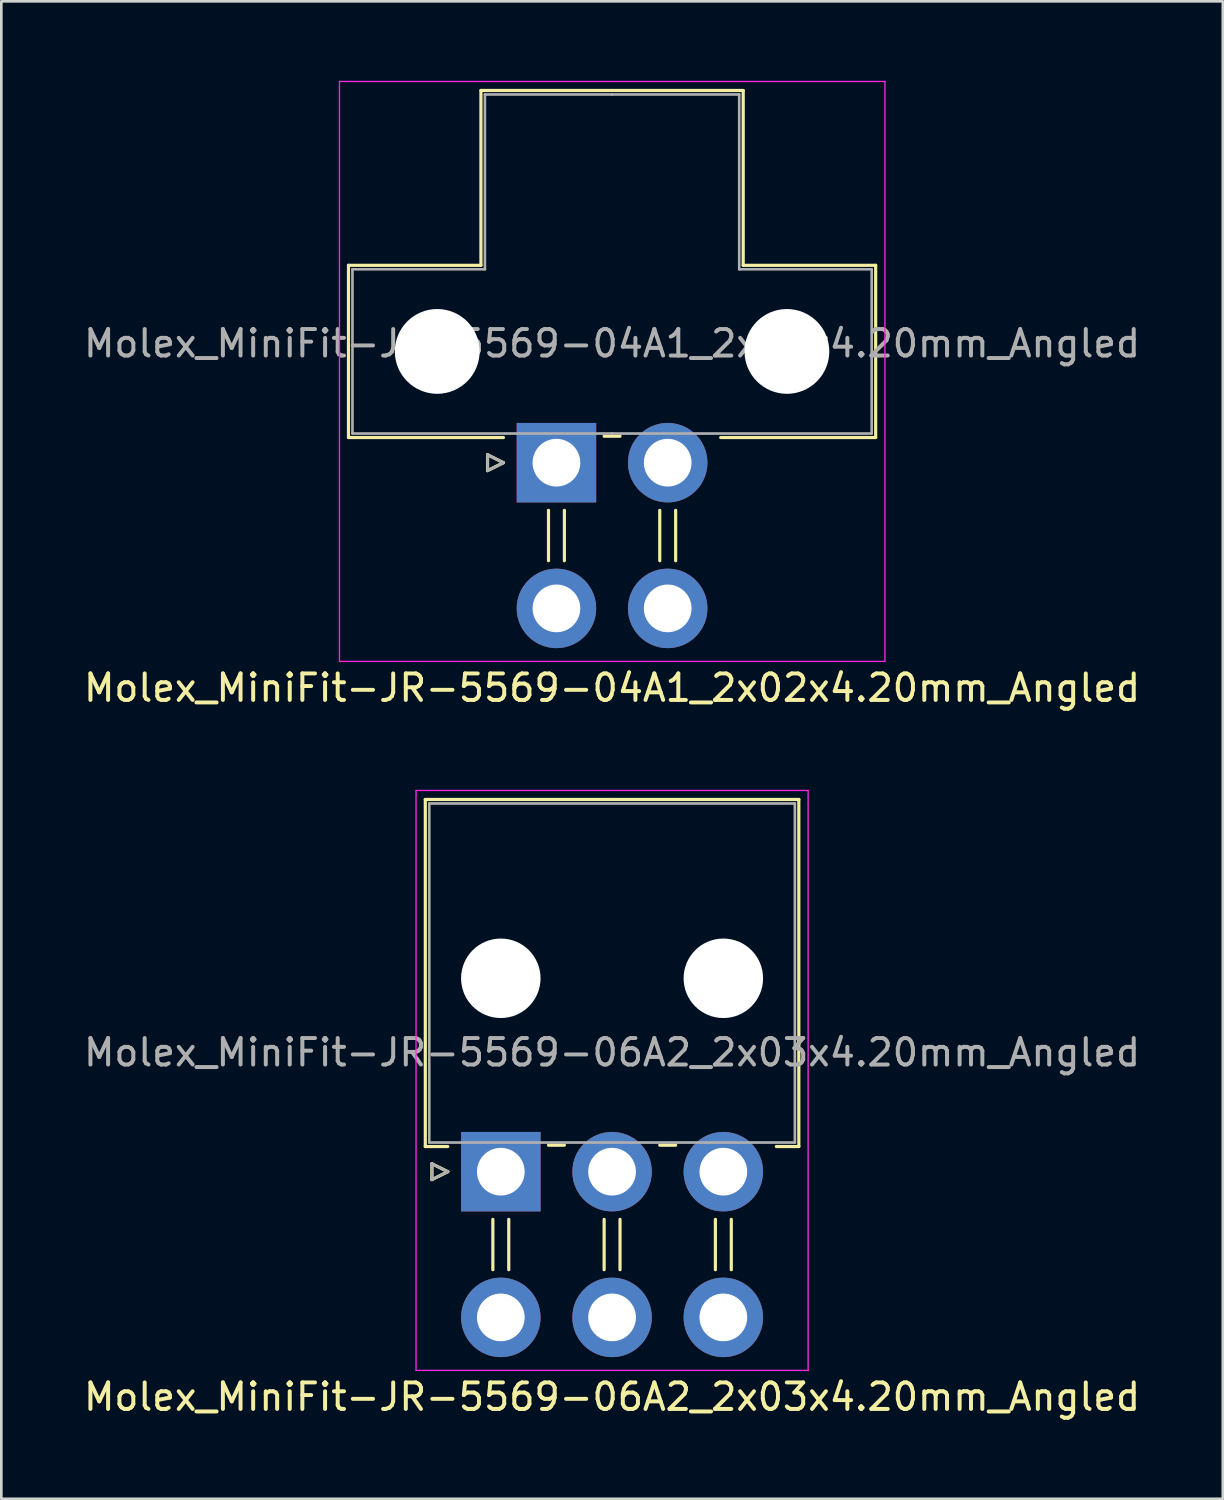
<source format=kicad_pcb>
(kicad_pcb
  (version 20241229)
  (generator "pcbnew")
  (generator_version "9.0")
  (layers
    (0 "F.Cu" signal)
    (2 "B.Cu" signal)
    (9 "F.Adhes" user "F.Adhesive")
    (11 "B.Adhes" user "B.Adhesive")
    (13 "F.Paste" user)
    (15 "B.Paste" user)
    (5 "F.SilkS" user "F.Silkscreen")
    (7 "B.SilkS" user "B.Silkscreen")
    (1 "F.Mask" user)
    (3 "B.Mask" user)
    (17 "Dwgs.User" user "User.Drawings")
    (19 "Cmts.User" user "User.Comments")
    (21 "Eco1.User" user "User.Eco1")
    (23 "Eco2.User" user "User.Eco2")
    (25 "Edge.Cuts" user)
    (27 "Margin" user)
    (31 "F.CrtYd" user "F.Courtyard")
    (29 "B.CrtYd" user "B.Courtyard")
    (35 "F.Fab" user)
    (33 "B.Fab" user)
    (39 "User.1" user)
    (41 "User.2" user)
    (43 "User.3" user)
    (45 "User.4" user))
  (footprint "Molex_MiniFit-JR-5569-04A1_2x02x4.20mm_Angled"
    (layer "F.Cu")
    (at 17.954 14.415)
    (property "Reference" "Molex_MiniFit-JR-5569-04A1_2x02x4.20mm_Angled" (at 2.1 8.5 0) (layer "F.SilkS") (effects (font (size 1 1) (thickness 0.15))))
    (attr through_hole)
    (fp_line (start -7.85 -7.45) (end -7.85 -0.95) (stroke (width 0.12) (type solid)) (layer "F.SilkS"))
    (fp_line (start -7.85 -0.95) (end -2 -0.95) (stroke (width 0.12) (type solid)) (layer "F.SilkS"))
    (fp_line (start -2.85 -14.05) (end -2.85 -7.45) (stroke (width 0.12) (type solid)) (layer "F.SilkS"))
    (fp_line (start -2.85 -7.45) (end -7.85 -7.45) (stroke (width 0.12) (type solid)) (layer "F.SilkS"))
    (fp_line (start -2.6 -0.3) (end -2 0) (stroke (width 0.12) (type solid)) (layer "F.SilkS"))
    (fp_line (start -2.6 0.3) (end -2.6 -0.3) (stroke (width 0.12) (type solid)) (layer "F.SilkS"))
    (fp_line (start -2 0) (end -2.6 0.3) (stroke (width 0.12) (type solid)) (layer "F.SilkS"))
    (fp_line (start -0.3 1.8) (end -0.3 3.7) (stroke (width 0.12) (type solid)) (layer "F.SilkS"))
    (fp_line (start 0.3 1.8) (end 0.3 3.7) (stroke (width 0.12) (type solid)) (layer "F.SilkS"))
    (fp_line (start 1.8 -1) (end 2.4 -1) (stroke (width 0.12) (type solid)) (layer "F.SilkS"))
    (fp_line (start 2.1 -14.05) (end -2.85 -14.05) (stroke (width 0.12) (type solid)) (layer "F.SilkS"))
    (fp_line (start 2.1 -14.05) (end 7.05 -14.05) (stroke (width 0.12) (type solid)) (layer "F.SilkS"))
    (fp_line (start 3.9 1.8) (end 3.9 3.7) (stroke (width 0.12) (type solid)) (layer "F.SilkS"))
    (fp_line (start 4.5 1.8) (end 4.5 3.7) (stroke (width 0.12) (type solid)) (layer "F.SilkS"))
    (fp_line (start 7.05 -14.05) (end 7.05 -7.45) (stroke (width 0.12) (type solid)) (layer "F.SilkS"))
    (fp_line (start 7.05 -7.45) (end 12.05 -7.45) (stroke (width 0.12) (type solid)) (layer "F.SilkS"))
    (fp_line (start 12.05 -7.45) (end 12.05 -0.95) (stroke (width 0.12) (type solid)) (layer "F.SilkS"))
    (fp_line (start 12.05 -0.95) (end 6.2 -0.95) (stroke (width 0.12) (type solid)) (layer "F.SilkS"))
    (fp_line (start -8.19 -14.39) (end -8.19 7.5) (stroke (width 0.05) (type solid)) (layer "F.CrtYd"))
    (fp_line (start -8.19 7.5) (end 12.4 7.5) (stroke (width 0.05) (type solid)) (layer "F.CrtYd"))
    (fp_line (start 12.4 -14.39) (end -8.19 -14.39) (stroke (width 0.05) (type solid)) (layer "F.CrtYd"))
    (fp_line (start 12.4 7.5) (end 12.4 -14.39) (stroke (width 0.05) (type solid)) (layer "F.CrtYd"))
    (fp_line (start -7.7 -7.3) (end -7.7 -1.1) (stroke (width 0.1) (type solid)) (layer "F.Fab"))
    (fp_line (start -7.7 -1.1) (end 2.1 -1.1) (stroke (width 0.1) (type solid)) (layer "F.Fab"))
    (fp_line (start -2.7 -13.9) (end -2.7 -7.3) (stroke (width 0.1) (type solid)) (layer "F.Fab"))
    (fp_line (start -2.7 -7.3) (end -7.7 -7.3) (stroke (width 0.1) (type solid)) (layer "F.Fab"))
    (fp_line (start -2.6 -0.3) (end -2 0) (stroke (width 0.1) (type solid)) (layer "F.Fab"))
    (fp_line (start -2.6 0.3) (end -2.6 -0.3) (stroke (width 0.1) (type solid)) (layer "F.Fab"))
    (fp_line (start -2 0) (end -2.6 0.3) (stroke (width 0.1) (type solid)) (layer "F.Fab"))
    (fp_line (start 2.1 -13.9) (end -2.7 -13.9) (stroke (width 0.1) (type solid)) (layer "F.Fab"))
    (fp_line (start 2.1 -13.9) (end 6.9 -13.9) (stroke (width 0.1) (type solid)) (layer "F.Fab"))
    (fp_line (start 6.9 -13.9) (end 6.9 -7.3) (stroke (width 0.1) (type solid)) (layer "F.Fab"))
    (fp_line (start 6.9 -7.3) (end 11.9 -7.3) (stroke (width 0.1) (type solid)) (layer "F.Fab"))
    (fp_line (start 11.9 -7.3) (end 11.9 -1.1) (stroke (width 0.1) (type solid)) (layer "F.Fab"))
    (fp_line (start 11.9 -1.1) (end 2.1 -1.1) (stroke (width 0.1) (type solid)) (layer "F.Fab"))
    (fp_text user "${REFERENCE}" (at 2.1 -4.5 0) (layer "F.Fab") (effects (font (size 1 1) (thickness 0.15))))
    (pad "" np_thru_hole circle (at -4.5 -4.2) (size 3.2 3.2) (drill 3.2) (layers "*.Cu" "*.Mask"))
    (pad "" np_thru_hole circle (at 8.7 -4.2) (size 3.2 3.2) (drill 3.2) (layers "*.Cu" "*.Mask"))
    (pad "1" thru_hole rect (at 0 0) (size 3 3) (drill 1.8) (layers "*.Cu" "*.Mask"))
    (pad "2" thru_hole circle (at 4.2 0) (size 3 3) (drill 1.8) (layers "*.Cu" "*.Mask"))
    (pad "3" thru_hole circle (at 0 5.5) (size 3 3) (drill 1.8) (layers "*.Cu" "*.Mask"))
    (pad "4" thru_hole circle (at 4.2 5.5) (size 3 3) (drill 1.8) (layers "*.Cu" "*.Mask")))
  (footprint "Molex_MiniFit-JR-5569-06A2_2x03x4.20mm_Angled"
    (layer "F.Cu")
    (at 15.854 41.178)
    (property "Reference" "Molex_MiniFit-JR-5569-06A2_2x03x4.20mm_Angled" (at 4.2 8.5 0) (layer "F.SilkS") (effects (font (size 1 1) (thickness 0.15))))
    (attr through_hole)
    (fp_line (start -2.85 -14.05) (end 4.2 -14.05) (stroke (width 0.12) (type solid)) (layer "F.SilkS"))
    (fp_line (start -2.85 -0.95) (end -2.85 -14.05) (stroke (width 0.12) (type solid)) (layer "F.SilkS"))
    (fp_line (start -2.6 -0.3) (end -2 0) (stroke (width 0.12) (type solid)) (layer "F.SilkS"))
    (fp_line (start -2.6 0.3) (end -2.6 -0.3) (stroke (width 0.12) (type solid)) (layer "F.SilkS"))
    (fp_line (start -2 -0.95) (end -2.85 -0.95) (stroke (width 0.12) (type solid)) (layer "F.SilkS"))
    (fp_line (start -2 0) (end -2.6 0.3) (stroke (width 0.12) (type solid)) (layer "F.SilkS"))
    (fp_line (start -0.3 1.8) (end -0.3 3.7) (stroke (width 0.12) (type solid)) (layer "F.SilkS"))
    (fp_line (start 0.3 1.8) (end 0.3 3.7) (stroke (width 0.12) (type solid)) (layer "F.SilkS"))
    (fp_line (start 1.8 -1) (end 2.4 -1) (stroke (width 0.12) (type solid)) (layer "F.SilkS"))
    (fp_line (start 3.9 1.8) (end 3.9 3.7) (stroke (width 0.12) (type solid)) (layer "F.SilkS"))
    (fp_line (start 4.5 1.8) (end 4.5 3.7) (stroke (width 0.12) (type solid)) (layer "F.SilkS"))
    (fp_line (start 6 -1) (end 6.6 -1) (stroke (width 0.12) (type solid)) (layer "F.SilkS"))
    (fp_line (start 8.1 1.8) (end 8.1 3.7) (stroke (width 0.12) (type solid)) (layer "F.SilkS"))
    (fp_line (start 8.7 1.8) (end 8.7 3.7) (stroke (width 0.12) (type solid)) (layer "F.SilkS"))
    (fp_line (start 10.4 -0.95) (end 11.25 -0.95) (stroke (width 0.12) (type solid)) (layer "F.SilkS"))
    (fp_line (start 11.25 -14.05) (end 4.2 -14.05) (stroke (width 0.12) (type solid)) (layer "F.SilkS"))
    (fp_line (start 11.25 -0.95) (end 11.25 -14.05) (stroke (width 0.12) (type solid)) (layer "F.SilkS"))
    (fp_line (start -3.2 -14.39) (end -3.2 7.5) (stroke (width 0.05) (type solid)) (layer "F.CrtYd"))
    (fp_line (start -3.2 7.5) (end 11.6 7.5) (stroke (width 0.05) (type solid)) (layer "F.CrtYd"))
    (fp_line (start 11.6 -14.39) (end -3.2 -14.39) (stroke (width 0.05) (type solid)) (layer "F.CrtYd"))
    (fp_line (start 11.6 7.5) (end 11.6 -14.39) (stroke (width 0.05) (type solid)) (layer "F.CrtYd"))
    (fp_line (start -2.7 -13.9) (end -2.7 -1.1) (stroke (width 0.1) (type solid)) (layer "F.Fab"))
    (fp_line (start -2.7 -1.1) (end 11.1 -1.1) (stroke (width 0.1) (type solid)) (layer "F.Fab"))
    (fp_line (start -2.6 -0.3) (end -2 0) (stroke (width 0.1) (type solid)) (layer "F.Fab"))
    (fp_line (start -2.6 0.3) (end -2.6 -0.3) (stroke (width 0.1) (type solid)) (layer "F.Fab"))
    (fp_line (start -2 0) (end -2.6 0.3) (stroke (width 0.1) (type solid)) (layer "F.Fab"))
    (fp_line (start 11.1 -13.9) (end -2.7 -13.9) (stroke (width 0.1) (type solid)) (layer "F.Fab"))
    (fp_line (start 11.1 -1.1) (end 11.1 -13.9) (stroke (width 0.1) (type solid)) (layer "F.Fab"))
    (fp_text user "${REFERENCE}" (at 4.2 -4.5 0) (layer "F.Fab") (effects (font (size 1 1) (thickness 0.15))))
    (pad "" np_thru_hole circle (at 0 -7.3) (size 3 3) (drill 3) (layers "*.Cu" "*.Mask"))
    (pad "" np_thru_hole circle (at 8.4 -7.3) (size 3 3) (drill 3) (layers "*.Cu" "*.Mask"))
    (pad "1" thru_hole rect (at 0 0) (size 3 3) (drill 1.8) (layers "*.Cu" "*.Mask"))
    (pad "2" thru_hole circle (at 4.2 0) (size 3 3) (drill 1.8) (layers "*.Cu" "*.Mask"))
    (pad "3" thru_hole circle (at 8.4 0) (size 3 3) (drill 1.8) (layers "*.Cu" "*.Mask"))
    (pad "4" thru_hole circle (at 0 5.5) (size 3 3) (drill 1.8) (layers "*.Cu" "*.Mask"))
    (pad "5" thru_hole circle (at 4.2 5.5) (size 3 3) (drill 1.8) (layers "*.Cu" "*.Mask"))
    (pad "6" thru_hole circle (at 8.4 5.5) (size 3 3) (drill 1.8) (layers "*.Cu" "*.Mask")))
  (gr_rect
    (start -3 -3)
    (end 43.107 53.526)
    (stroke (width 0.1) (type default))
    (fill no)
    (layer "Edge.Cuts")))
</source>
